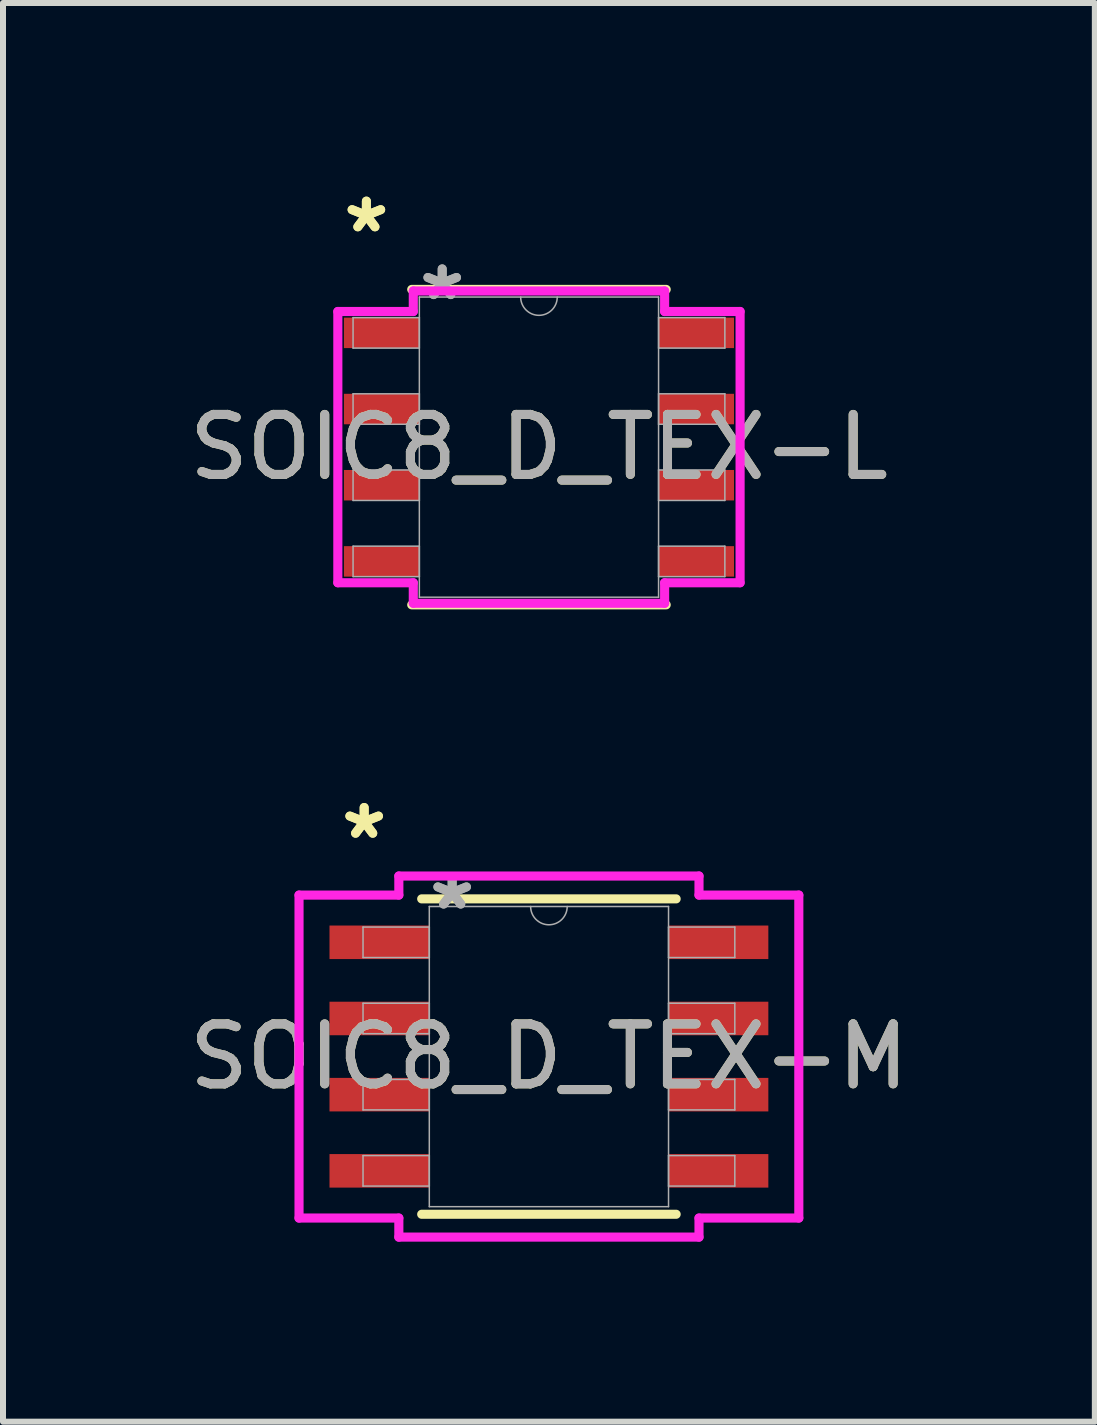
<source format=kicad_pcb>
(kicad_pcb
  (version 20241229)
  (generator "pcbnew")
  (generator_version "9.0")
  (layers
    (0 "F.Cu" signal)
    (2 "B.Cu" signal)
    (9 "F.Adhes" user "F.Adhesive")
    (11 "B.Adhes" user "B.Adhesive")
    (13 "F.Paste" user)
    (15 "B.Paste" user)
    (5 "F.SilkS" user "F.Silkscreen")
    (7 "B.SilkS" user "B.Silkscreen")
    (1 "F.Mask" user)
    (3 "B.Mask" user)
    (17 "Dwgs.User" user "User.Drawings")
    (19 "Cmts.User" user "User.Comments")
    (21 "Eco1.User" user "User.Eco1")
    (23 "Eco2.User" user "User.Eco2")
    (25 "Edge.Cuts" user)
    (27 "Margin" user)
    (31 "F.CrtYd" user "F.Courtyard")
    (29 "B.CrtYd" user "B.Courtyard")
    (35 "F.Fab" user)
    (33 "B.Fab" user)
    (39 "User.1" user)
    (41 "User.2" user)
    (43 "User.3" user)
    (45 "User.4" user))
  (footprint "SOIC8_D_TEX-L"
    (layer "F.Cu")
    (at 5.935 4.404)
    (property "Reference" "SOIC8_D_TEX-L" (at 0 0 0) (unlocked yes) (layer "F.SilkS") (effects (font (size 1 1) (thickness 0.15))))
    (attr smd)
    (fp_line (start -2.121 2.629) (end 2.121 2.629) (stroke (width 0.152) (type solid)) (layer "F.SilkS"))
    (fp_line (start 2.121 -2.629) (end -2.121 -2.629) (stroke (width 0.152) (type solid)) (layer "F.SilkS"))
    (fp_line (start -3.353 -2.261) (end -2.095 -2.261) (stroke (width 0.152) (type solid)) (layer "F.CrtYd"))
    (fp_line (start -3.353 2.261) (end -3.353 -2.261) (stroke (width 0.152) (type solid)) (layer "F.CrtYd"))
    (fp_line (start -3.353 2.261) (end -2.095 2.261) (stroke (width 0.152) (type solid)) (layer "F.CrtYd"))
    (fp_line (start -2.095 -2.603) (end 2.095 -2.603) (stroke (width 0.152) (type solid)) (layer "F.CrtYd"))
    (fp_line (start -2.095 -2.261) (end -2.095 -2.603) (stroke (width 0.152) (type solid)) (layer "F.CrtYd"))
    (fp_line (start -2.095 2.603) (end -2.095 2.261) (stroke (width 0.152) (type solid)) (layer "F.CrtYd"))
    (fp_line (start 2.095 -2.603) (end 2.095 -2.261) (stroke (width 0.152) (type solid)) (layer "F.CrtYd"))
    (fp_line (start 2.095 2.261) (end 2.095 2.603) (stroke (width 0.152) (type solid)) (layer "F.CrtYd"))
    (fp_line (start 2.095 2.603) (end -2.095 2.603) (stroke (width 0.152) (type solid)) (layer "F.CrtYd"))
    (fp_line (start 3.353 -2.261) (end 2.095 -2.261) (stroke (width 0.152) (type solid)) (layer "F.CrtYd"))
    (fp_line (start 3.353 -2.261) (end 3.353 2.261) (stroke (width 0.152) (type solid)) (layer "F.CrtYd"))
    (fp_line (start 3.353 2.261) (end 2.095 2.261) (stroke (width 0.152) (type solid)) (layer "F.CrtYd"))
    (fp_line (start -3.099 -2.159) (end -3.099 -1.651) (stroke (width 0.025) (type solid)) (layer "F.Fab"))
    (fp_line (start -3.099 -1.651) (end -1.994 -1.651) (stroke (width 0.025) (type solid)) (layer "F.Fab"))
    (fp_line (start -3.099 -0.889) (end -3.099 -0.381) (stroke (width 0.025) (type solid)) (layer "F.Fab"))
    (fp_line (start -3.099 -0.381) (end -1.994 -0.381) (stroke (width 0.025) (type solid)) (layer "F.Fab"))
    (fp_line (start -3.099 0.381) (end -3.099 0.889) (stroke (width 0.025) (type solid)) (layer "F.Fab"))
    (fp_line (start -3.099 0.889) (end -1.994 0.889) (stroke (width 0.025) (type solid)) (layer "F.Fab"))
    (fp_line (start -3.099 1.651) (end -3.099 2.159) (stroke (width 0.025) (type solid)) (layer "F.Fab"))
    (fp_line (start -3.099 2.159) (end -1.994 2.159) (stroke (width 0.025) (type solid)) (layer "F.Fab"))
    (fp_line (start -1.994 -2.502) (end -1.994 2.502) (stroke (width 0.025) (type solid)) (layer "F.Fab"))
    (fp_line (start -1.994 -2.159) (end -3.099 -2.159) (stroke (width 0.025) (type solid)) (layer "F.Fab"))
    (fp_line (start -1.994 -1.651) (end -1.994 -2.159) (stroke (width 0.025) (type solid)) (layer "F.Fab"))
    (fp_line (start -1.994 -0.889) (end -3.099 -0.889) (stroke (width 0.025) (type solid)) (layer "F.Fab"))
    (fp_line (start -1.994 -0.381) (end -1.994 -0.889) (stroke (width 0.025) (type solid)) (layer "F.Fab"))
    (fp_line (start -1.994 0.381) (end -3.099 0.381) (stroke (width 0.025) (type solid)) (layer "F.Fab"))
    (fp_line (start -1.994 0.889) (end -1.994 0.381) (stroke (width 0.025) (type solid)) (layer "F.Fab"))
    (fp_line (start -1.994 1.651) (end -3.099 1.651) (stroke (width 0.025) (type solid)) (layer "F.Fab"))
    (fp_line (start -1.994 2.159) (end -1.994 1.651) (stroke (width 0.025) (type solid)) (layer "F.Fab"))
    (fp_line (start -1.994 2.502) (end 1.994 2.502) (stroke (width 0.025) (type solid)) (layer "F.Fab"))
    (fp_line (start 1.994 -2.502) (end -1.994 -2.502) (stroke (width 0.025) (type solid)) (layer "F.Fab"))
    (fp_line (start 1.994 -2.159) (end 1.994 -1.651) (stroke (width 0.025) (type solid)) (layer "F.Fab"))
    (fp_line (start 1.994 -1.651) (end 3.099 -1.651) (stroke (width 0.025) (type solid)) (layer "F.Fab"))
    (fp_line (start 1.994 -0.889) (end 1.994 -0.381) (stroke (width 0.025) (type solid)) (layer "F.Fab"))
    (fp_line (start 1.994 -0.381) (end 3.099 -0.381) (stroke (width 0.025) (type solid)) (layer "F.Fab"))
    (fp_line (start 1.994 0.381) (end 1.994 0.889) (stroke (width 0.025) (type solid)) (layer "F.Fab"))
    (fp_line (start 1.994 0.889) (end 3.099 0.889) (stroke (width 0.025) (type solid)) (layer "F.Fab"))
    (fp_line (start 1.994 1.651) (end 1.994 2.159) (stroke (width 0.025) (type solid)) (layer "F.Fab"))
    (fp_line (start 1.994 2.159) (end 3.099 2.159) (stroke (width 0.025) (type solid)) (layer "F.Fab"))
    (fp_line (start 1.994 2.502) (end 1.994 -2.502) (stroke (width 0.025) (type solid)) (layer "F.Fab"))
    (fp_line (start 3.099 -2.159) (end 1.994 -2.159) (stroke (width 0.025) (type solid)) (layer "F.Fab"))
    (fp_line (start 3.099 -1.651) (end 3.099 -2.159) (stroke (width 0.025) (type solid)) (layer "F.Fab"))
    (fp_line (start 3.099 -0.889) (end 1.994 -0.889) (stroke (width 0.025) (type solid)) (layer "F.Fab"))
    (fp_line (start 3.099 -0.381) (end 3.099 -0.889) (stroke (width 0.025) (type solid)) (layer "F.Fab"))
    (fp_line (start 3.099 0.381) (end 1.994 0.381) (stroke (width 0.025) (type solid)) (layer "F.Fab"))
    (fp_line (start 3.099 0.889) (end 3.099 0.381) (stroke (width 0.025) (type solid)) (layer "F.Fab"))
    (fp_line (start 3.099 1.651) (end 1.994 1.651) (stroke (width 0.025) (type solid)) (layer "F.Fab"))
    (fp_line (start 3.099 2.159) (end 3.099 1.651) (stroke (width 0.025) (type solid)) (layer "F.Fab"))
    (fp_arc (start 0.3048 -2.5019) (mid 0 -2.1971) (end -0.3048 -2.5019) (stroke (width 0.0254) (type solid)) (layer "F.Fab"))
    (fp_text user "*" (at -2.877 -3.556 0) (unlocked yes) (layer "F.SilkS") (effects (font (size 1 1) (thickness 0.15))))
    (fp_text user "*" (at -2.877 -3.556 0) (layer "F.SilkS") (effects (font (size 1 1) (thickness 0.15))))
    (fp_text user "*" (at -1.613 -2.426 0) (unlocked yes) (layer "F.Fab") (effects (font (size 1 1) (thickness 0.15))))
    (fp_text user "${REFERENCE}" (at 0 0 0) (unlocked yes) (layer "F.Fab") (effects (font (size 1 1) (thickness 0.15))))
    (fp_text user "*" (at -1.613 -2.426 0) (layer "F.Fab") (effects (font (size 1 1) (thickness 0.15))))
    (pad "1" smd rect (at -2.623 -1.905) (size 1.257 0.508) (layers "F.Cu" "F.Mask" "F.Paste"))
    (pad "2" smd rect (at -2.623 -0.635) (size 1.257 0.508) (layers "F.Cu" "F.Mask" "F.Paste"))
    (pad "3" smd rect (at -2.623 0.635) (size 1.257 0.508) (layers "F.Cu" "F.Mask" "F.Paste"))
    (pad "4" smd rect (at -2.623 1.905) (size 1.257 0.508) (layers "F.Cu" "F.Mask" "F.Paste"))
    (pad "5" smd rect (at 2.623 1.905) (size 1.257 0.508) (layers "F.Cu" "F.Mask" "F.Paste"))
    (pad "6" smd rect (at 2.623 0.635) (size 1.257 0.508) (layers "F.Cu" "F.Mask" "F.Paste"))
    (pad "7" smd rect (at 2.623 -0.635) (size 1.257 0.508) (layers "F.Cu" "F.Mask" "F.Paste"))
    (pad "8" smd rect (at 2.623 -1.905) (size 1.257 0.508) (layers "F.Cu" "F.Mask" "F.Paste")))
  (footprint "SOIC8_D_TEX-M"
    (layer "F.Cu")
    (at 6.101 14.564)
    (property "Reference" "SOIC8_D_TEX-M" (at 0 0 0) (unlocked yes) (layer "F.SilkS") (effects (font (size 1 1) (thickness 0.15))))
    (attr smd)
    (fp_line (start -2.121 2.629) (end 2.121 2.629) (stroke (width 0.152) (type solid)) (layer "F.SilkS"))
    (fp_line (start 2.121 -2.629) (end -2.121 -2.629) (stroke (width 0.152) (type solid)) (layer "F.SilkS"))
    (fp_line (start -4.166 -2.692) (end -2.502 -2.692) (stroke (width 0.152) (type solid)) (layer "F.CrtYd"))
    (fp_line (start -4.166 2.692) (end -4.166 -2.692) (stroke (width 0.152) (type solid)) (layer "F.CrtYd"))
    (fp_line (start -4.166 2.692) (end -2.502 2.692) (stroke (width 0.152) (type solid)) (layer "F.CrtYd"))
    (fp_line (start -2.502 -3.01) (end 2.502 -3.01) (stroke (width 0.152) (type solid)) (layer "F.CrtYd"))
    (fp_line (start -2.502 -2.692) (end -2.502 -3.01) (stroke (width 0.152) (type solid)) (layer "F.CrtYd"))
    (fp_line (start -2.502 3.01) (end -2.502 2.692) (stroke (width 0.152) (type solid)) (layer "F.CrtYd"))
    (fp_line (start 2.502 -3.01) (end 2.502 -2.692) (stroke (width 0.152) (type solid)) (layer "F.CrtYd"))
    (fp_line (start 2.502 2.692) (end 2.502 3.01) (stroke (width 0.152) (type solid)) (layer "F.CrtYd"))
    (fp_line (start 2.502 3.01) (end -2.502 3.01) (stroke (width 0.152) (type solid)) (layer "F.CrtYd"))
    (fp_line (start 4.166 -2.692) (end 2.502 -2.692) (stroke (width 0.152) (type solid)) (layer "F.CrtYd"))
    (fp_line (start 4.166 -2.692) (end 4.166 2.692) (stroke (width 0.152) (type solid)) (layer "F.CrtYd"))
    (fp_line (start 4.166 2.692) (end 2.502 2.692) (stroke (width 0.152) (type solid)) (layer "F.CrtYd"))
    (fp_line (start -3.099 -2.159) (end -3.099 -1.651) (stroke (width 0.025) (type solid)) (layer "F.Fab"))
    (fp_line (start -3.099 -1.651) (end -1.994 -1.651) (stroke (width 0.025) (type solid)) (layer "F.Fab"))
    (fp_line (start -3.099 -0.889) (end -3.099 -0.381) (stroke (width 0.025) (type solid)) (layer "F.Fab"))
    (fp_line (start -3.099 -0.381) (end -1.994 -0.381) (stroke (width 0.025) (type solid)) (layer "F.Fab"))
    (fp_line (start -3.099 0.381) (end -3.099 0.889) (stroke (width 0.025) (type solid)) (layer "F.Fab"))
    (fp_line (start -3.099 0.889) (end -1.994 0.889) (stroke (width 0.025) (type solid)) (layer "F.Fab"))
    (fp_line (start -3.099 1.651) (end -3.099 2.159) (stroke (width 0.025) (type solid)) (layer "F.Fab"))
    (fp_line (start -3.099 2.159) (end -1.994 2.159) (stroke (width 0.025) (type solid)) (layer "F.Fab"))
    (fp_line (start -1.994 -2.502) (end -1.994 2.502) (stroke (width 0.025) (type solid)) (layer "F.Fab"))
    (fp_line (start -1.994 -2.159) (end -3.099 -2.159) (stroke (width 0.025) (type solid)) (layer "F.Fab"))
    (fp_line (start -1.994 -1.651) (end -1.994 -2.159) (stroke (width 0.025) (type solid)) (layer "F.Fab"))
    (fp_line (start -1.994 -0.889) (end -3.099 -0.889) (stroke (width 0.025) (type solid)) (layer "F.Fab"))
    (fp_line (start -1.994 -0.381) (end -1.994 -0.889) (stroke (width 0.025) (type solid)) (layer "F.Fab"))
    (fp_line (start -1.994 0.381) (end -3.099 0.381) (stroke (width 0.025) (type solid)) (layer "F.Fab"))
    (fp_line (start -1.994 0.889) (end -1.994 0.381) (stroke (width 0.025) (type solid)) (layer "F.Fab"))
    (fp_line (start -1.994 1.651) (end -3.099 1.651) (stroke (width 0.025) (type solid)) (layer "F.Fab"))
    (fp_line (start -1.994 2.159) (end -1.994 1.651) (stroke (width 0.025) (type solid)) (layer "F.Fab"))
    (fp_line (start -1.994 2.502) (end 1.994 2.502) (stroke (width 0.025) (type solid)) (layer "F.Fab"))
    (fp_line (start 1.994 -2.502) (end -1.994 -2.502) (stroke (width 0.025) (type solid)) (layer "F.Fab"))
    (fp_line (start 1.994 -2.159) (end 1.994 -1.651) (stroke (width 0.025) (type solid)) (layer "F.Fab"))
    (fp_line (start 1.994 -1.651) (end 3.099 -1.651) (stroke (width 0.025) (type solid)) (layer "F.Fab"))
    (fp_line (start 1.994 -0.889) (end 1.994 -0.381) (stroke (width 0.025) (type solid)) (layer "F.Fab"))
    (fp_line (start 1.994 -0.381) (end 3.099 -0.381) (stroke (width 0.025) (type solid)) (layer "F.Fab"))
    (fp_line (start 1.994 0.381) (end 1.994 0.889) (stroke (width 0.025) (type solid)) (layer "F.Fab"))
    (fp_line (start 1.994 0.889) (end 3.099 0.889) (stroke (width 0.025) (type solid)) (layer "F.Fab"))
    (fp_line (start 1.994 1.651) (end 1.994 2.159) (stroke (width 0.025) (type solid)) (layer "F.Fab"))
    (fp_line (start 1.994 2.159) (end 3.099 2.159) (stroke (width 0.025) (type solid)) (layer "F.Fab"))
    (fp_line (start 1.994 2.502) (end 1.994 -2.502) (stroke (width 0.025) (type solid)) (layer "F.Fab"))
    (fp_line (start 3.099 -2.159) (end 1.994 -2.159) (stroke (width 0.025) (type solid)) (layer "F.Fab"))
    (fp_line (start 3.099 -1.651) (end 3.099 -2.159) (stroke (width 0.025) (type solid)) (layer "F.Fab"))
    (fp_line (start 3.099 -0.889) (end 1.994 -0.889) (stroke (width 0.025) (type solid)) (layer "F.Fab"))
    (fp_line (start 3.099 -0.381) (end 3.099 -0.889) (stroke (width 0.025) (type solid)) (layer "F.Fab"))
    (fp_line (start 3.099 0.381) (end 1.994 0.381) (stroke (width 0.025) (type solid)) (layer "F.Fab"))
    (fp_line (start 3.099 0.889) (end 3.099 0.381) (stroke (width 0.025) (type solid)) (layer "F.Fab"))
    (fp_line (start 3.099 1.651) (end 1.994 1.651) (stroke (width 0.025) (type solid)) (layer "F.Fab"))
    (fp_line (start 3.099 2.159) (end 3.099 1.651) (stroke (width 0.025) (type solid)) (layer "F.Fab"))
    (fp_arc (start 0.3048 -2.5019) (mid 0 -2.1971) (end -0.3048 -2.5019) (stroke (width 0.0254) (type solid)) (layer "F.Fab"))
    (fp_text user "*" (at -3.08 -3.607 0) (layer "F.SilkS") (effects (font (size 1 1) (thickness 0.15))))
    (fp_text user "*" (at -3.08 -3.607 0) (unlocked yes) (layer "F.SilkS") (effects (font (size 1 1) (thickness 0.15))))
    (fp_text user "*" (at -1.613 -2.426 0) (layer "F.Fab") (effects (font (size 1 1) (thickness 0.15))))
    (fp_text user "*" (at -1.613 -2.426 0) (unlocked yes) (layer "F.Fab") (effects (font (size 1 1) (thickness 0.15))))
    (fp_text user "${REFERENCE}" (at 0 0 0) (unlocked yes) (layer "F.Fab") (effects (font (size 1 1) (thickness 0.15))))
    (pad "1" smd rect (at -2.826 -1.905) (size 1.664 0.559) (layers "F.Cu" "F.Mask" "F.Paste"))
    (pad "2" smd rect (at -2.826 -0.635) (size 1.664 0.559) (layers "F.Cu" "F.Mask" "F.Paste"))
    (pad "3" smd rect (at -2.826 0.635) (size 1.664 0.559) (layers "F.Cu" "F.Mask" "F.Paste"))
    (pad "4" smd rect (at -2.826 1.905) (size 1.664 0.559) (layers "F.Cu" "F.Mask" "F.Paste"))
    (pad "5" smd rect (at 2.826 1.905) (size 1.664 0.559) (layers "F.Cu" "F.Mask" "F.Paste"))
    (pad "6" smd rect (at 2.826 0.635) (size 1.664 0.559) (layers "F.Cu" "F.Mask" "F.Paste"))
    (pad "7" smd rect (at 2.826 -0.635) (size 1.664 0.559) (layers "F.Cu" "F.Mask" "F.Paste"))
    (pad "8" smd rect (at 2.826 -1.905) (size 1.664 0.559) (layers "F.Cu" "F.Mask" "F.Paste")))
  (gr_rect
    (start -3 -3)
    (end 15.202 20.651)
    (stroke (width 0.1) (type default))
    (fill no)
    (layer "Edge.Cuts")))
</source>
